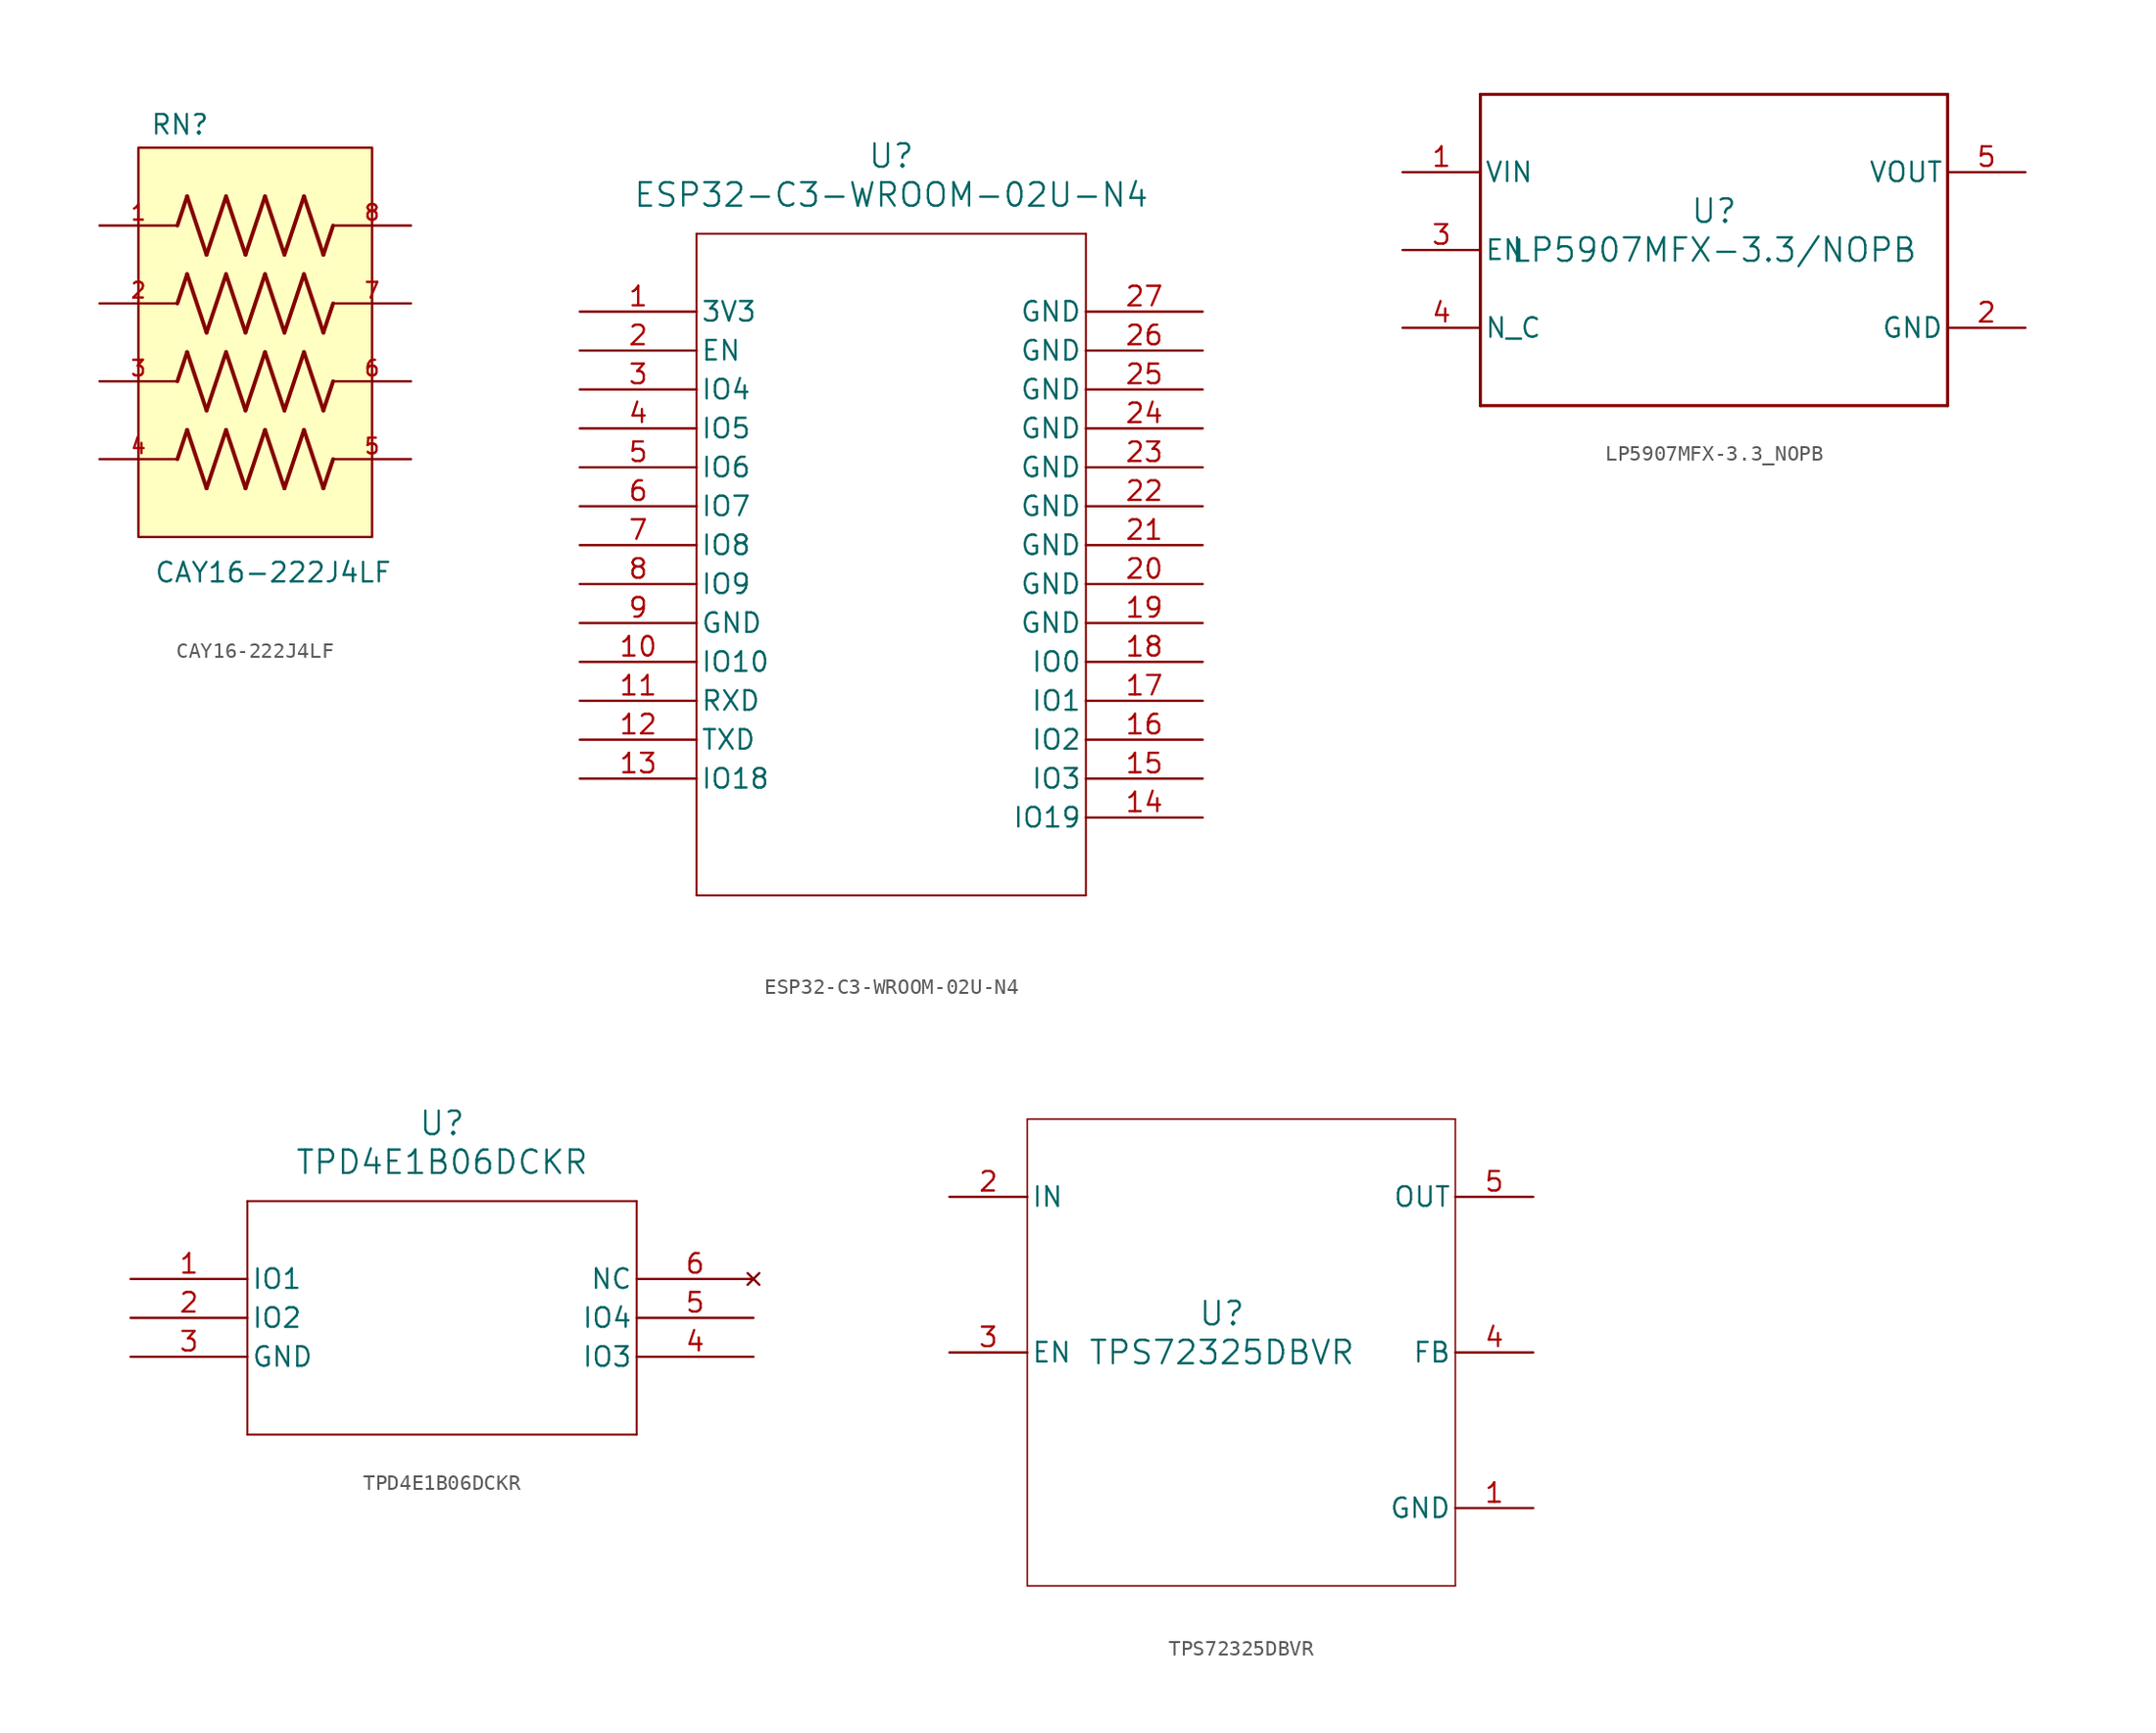
<source format=kicad_sym>
(kicad_symbol_lib
  (version 20231120)
  (generator "kicad_symbol_editor")
  (generator_version "8.0")
  (symbol "CAY16-222J4LF"
    (pin_names
      (offset 1.016))
    (property "Reference" "RN"
      (at -6.862 13.463 0)
      (effects (font (size 1.27 1.27)) (justify left bottom)))
    (property "Value" "CAY16-222J4LF"
      (at -6.614 -15.755 0)
      (effects (font (size 1.27 1.27)) (justify left bottom)))
    (symbol "CAY16-222J4LF_0_0"
      (rectangle (start -7.62 -12.7) (end 7.62 12.7) (stroke (width 0.152) (type default)) (fill (type background)))
      (polyline (pts (xy -5.08 -7.62) (xy -4.445 -5.715)) (stroke (width 0.254) (type default)) (fill (type none)))
      (polyline (pts (xy -5.08 -2.54) (xy -4.445 -0.635)) (stroke (width 0.254) (type default)) (fill (type none)))
      (polyline (pts (xy -5.08 2.54) (xy -4.445 4.445)) (stroke (width 0.254) (type default)) (fill (type none)))
      (polyline (pts (xy -5.08 7.62) (xy -4.445 9.525)) (stroke (width 0.254) (type default)) (fill (type none)))
      (polyline (pts (xy -4.445 -5.715) (xy -3.175 -9.525)) (stroke (width 0.254) (type default)) (fill (type none)))
      (polyline (pts (xy -4.445 -0.635) (xy -3.175 -4.445)) (stroke (width 0.254) (type default)) (fill (type none)))
      (polyline (pts (xy -4.445 4.445) (xy -3.175 0.635)) (stroke (width 0.254) (type default)) (fill (type none)))
      (polyline (pts (xy -4.445 9.525) (xy -3.175 5.715)) (stroke (width 0.254) (type default)) (fill (type none)))
      (polyline (pts (xy -3.175 -9.525) (xy -1.905 -5.715)) (stroke (width 0.254) (type default)) (fill (type none)))
      (polyline (pts (xy -3.175 -4.445) (xy -1.905 -0.635)) (stroke (width 0.254) (type default)) (fill (type none)))
      (polyline (pts (xy -3.175 0.635) (xy -1.905 4.445)) (stroke (width 0.254) (type default)) (fill (type none)))
      (polyline (pts (xy -3.175 5.715) (xy -1.905 9.525)) (stroke (width 0.254) (type default)) (fill (type none)))
      (polyline (pts (xy -1.905 -5.715) (xy -0.635 -9.525)) (stroke (width 0.254) (type default)) (fill (type none)))
      (polyline (pts (xy -1.905 -0.635) (xy -0.635 -4.445)) (stroke (width 0.254) (type default)) (fill (type none)))
      (polyline (pts (xy -1.905 4.445) (xy -0.635 0.635)) (stroke (width 0.254) (type default)) (fill (type none)))
      (polyline (pts (xy -1.905 9.525) (xy -0.635 5.715)) (stroke (width 0.254) (type default)) (fill (type none)))
      (polyline (pts (xy -0.635 -9.525) (xy 0.635 -5.715)) (stroke (width 0.254) (type default)) (fill (type none)))
      (polyline (pts (xy -0.635 -4.445) (xy 0.635 -0.635)) (stroke (width 0.254) (type default)) (fill (type none)))
      (polyline (pts (xy -0.635 0.635) (xy 0.635 4.445)) (stroke (width 0.254) (type default)) (fill (type none)))
      (polyline (pts (xy -0.635 5.715) (xy 0.635 9.525)) (stroke (width 0.254) (type default)) (fill (type none)))
      (polyline (pts (xy 0.635 -5.715) (xy 1.905 -9.525)) (stroke (width 0.254) (type default)) (fill (type none)))
      (polyline (pts (xy 0.635 -0.635) (xy 1.905 -4.445)) (stroke (width 0.254) (type default)) (fill (type none)))
      (polyline (pts (xy 0.635 4.445) (xy 1.905 0.635)) (stroke (width 0.254) (type default)) (fill (type none)))
      (polyline (pts (xy 0.635 9.525) (xy 1.905 5.715)) (stroke (width 0.254) (type default)) (fill (type none)))
      (polyline (pts (xy 1.905 -9.525) (xy 3.175 -5.715)) (stroke (width 0.254) (type default)) (fill (type none)))
      (polyline (pts (xy 1.905 -4.445) (xy 3.175 -0.635)) (stroke (width 0.254) (type default)) (fill (type none)))
      (polyline (pts (xy 1.905 0.635) (xy 3.175 4.445)) (stroke (width 0.254) (type default)) (fill (type none)))
      (polyline (pts (xy 1.905 5.715) (xy 3.175 9.525)) (stroke (width 0.254) (type default)) (fill (type none)))
      (polyline (pts (xy 3.175 -5.715) (xy 4.445 -9.525)) (stroke (width 0.254) (type default)) (fill (type none)))
      (polyline (pts (xy 3.175 -0.635) (xy 4.445 -4.445)) (stroke (width 0.254) (type default)) (fill (type none)))
      (polyline (pts (xy 3.175 4.445) (xy 4.445 0.635)) (stroke (width 0.254) (type default)) (fill (type none)))
      (polyline (pts (xy 3.175 9.525) (xy 4.445 5.715)) (stroke (width 0.254) (type default)) (fill (type none)))
      (polyline (pts (xy 4.445 -9.525) (xy 5.08 -7.62)) (stroke (width 0.254) (type default)) (fill (type none)))
      (polyline (pts (xy 4.445 -4.445) (xy 5.08 -2.54)) (stroke (width 0.254) (type default)) (fill (type none)))
      (polyline (pts (xy 4.445 0.635) (xy 5.08 2.54)) (stroke (width 0.254) (type default)) (fill (type none)))
      (polyline (pts (xy 4.445 5.715) (xy 5.08 7.62)) (stroke (width 0.254) (type default)) (fill (type none)))
      (pin passive line (at -10.16 7.62 0) (length 5.08) (name "~" (effects (font (size 1.016 1.016)))) (number "1" (effects (font (size 1.016 1.016)))))
      (pin passive line (at -10.16 2.54 0) (length 5.08) (name "~" (effects (font (size 1.016 1.016)))) (number "2" (effects (font (size 1.016 1.016)))))
      (pin passive line (at -10.16 -2.54 0) (length 5.08) (name "~" (effects (font (size 1.016 1.016)))) (number "3" (effects (font (size 1.016 1.016)))))
      (pin passive line (at -10.16 -7.62 0) (length 5.08) (name "~" (effects (font (size 1.016 1.016)))) (number "4" (effects (font (size 1.016 1.016)))))
      (pin passive line (at 10.16 -7.62 180) (length 5.08) (name "~" (effects (font (size 1.016 1.016)))) (number "5" (effects (font (size 1.016 1.016)))))
      (pin passive line (at 10.16 -2.54 180) (length 5.08) (name "~" (effects (font (size 1.016 1.016)))) (number "6" (effects (font (size 1.016 1.016)))))
      (pin passive line (at 10.16 2.54 180) (length 5.08) (name "~" (effects (font (size 1.016 1.016)))) (number "7" (effects (font (size 1.016 1.016)))))
      (pin passive line (at 10.16 7.62 180) (length 5.08) (name "~" (effects (font (size 1.016 1.016)))) (number "8" (effects (font (size 1.016 1.016)))))))
  (symbol "ESP32-C3-WROOM-02U-N4"
    (pin_names
      (offset 0.254))
    (property "Reference" "U"
      (at 20.32 10.16 0)
      (effects (font (size 1.524 1.524))))
    (property "Value" "ESP32-C3-WROOM-02U-N4"
      (at 20.32 7.62 0)
      (effects (font (size 1.524 1.524))))
    (property "ki_locked" ""
      (at 0 0 0)
      (effects (font (size 1.27 1.27))))
    (symbol "ESP32-C3-WROOM-02U-N4_0_1"
      (polyline (pts (xy 7.62 -38.1) (xy 33.02 -38.1)) (stroke (width 0.127) (type default)) (fill (type none)))
      (polyline (pts (xy 7.62 5.08) (xy 7.62 -38.1)) (stroke (width 0.127) (type default)) (fill (type none)))
      (polyline (pts (xy 33.02 -38.1) (xy 33.02 5.08)) (stroke (width 0.127) (type default)) (fill (type none)))
      (polyline (pts (xy 33.02 5.08) (xy 7.62 5.08)) (stroke (width 0.127) (type default)) (fill (type none)))
      (pin power_in line (at 0 0 0) (length 7.62) (name "3V3" (effects (font (size 1.27 1.27)))) (number "1" (effects (font (size 1.27 1.27)))))
      (pin bidirectional line (at 0 -22.86 0) (length 7.62) (name "IO10" (effects (font (size 1.27 1.27)))) (number "10" (effects (font (size 1.27 1.27)))))
      (pin bidirectional line (at 0 -25.4 0) (length 7.62) (name "RXD" (effects (font (size 1.27 1.27)))) (number "11" (effects (font (size 1.27 1.27)))))
      (pin bidirectional line (at 0 -27.94 0) (length 7.62) (name "TXD" (effects (font (size 1.27 1.27)))) (number "12" (effects (font (size 1.27 1.27)))))
      (pin bidirectional line (at 0 -30.48 0) (length 7.62) (name "IO18" (effects (font (size 1.27 1.27)))) (number "13" (effects (font (size 1.27 1.27)))))
      (pin bidirectional line (at 40.64 -33.02 180) (length 7.62) (name "IO19" (effects (font (size 1.27 1.27)))) (number "14" (effects (font (size 1.27 1.27)))))
      (pin bidirectional line (at 40.64 -30.48 180) (length 7.62) (name "IO3" (effects (font (size 1.27 1.27)))) (number "15" (effects (font (size 1.27 1.27)))))
      (pin bidirectional line (at 40.64 -27.94 180) (length 7.62) (name "IO2" (effects (font (size 1.27 1.27)))) (number "16" (effects (font (size 1.27 1.27)))))
      (pin bidirectional line (at 40.64 -25.4 180) (length 7.62) (name "IO1" (effects (font (size 1.27 1.27)))) (number "17" (effects (font (size 1.27 1.27)))))
      (pin bidirectional line (at 40.64 -22.86 180) (length 7.62) (name "IO0" (effects (font (size 1.27 1.27)))) (number "18" (effects (font (size 1.27 1.27)))))
      (pin power_out line (at 40.64 -20.32 180) (length 7.62) (name "GND" (effects (font (size 1.27 1.27)))) (number "19" (effects (font (size 1.27 1.27)))))
      (pin input line (at 0 -2.54 0) (length 7.62) (name "EN" (effects (font (size 1.27 1.27)))) (number "2" (effects (font (size 1.27 1.27)))))
      (pin power_out line (at 40.64 -17.78 180) (length 7.62) (name "GND" (effects (font (size 1.27 1.27)))) (number "20" (effects (font (size 1.27 1.27)))))
      (pin power_out line (at 40.64 -15.24 180) (length 7.62) (name "GND" (effects (font (size 1.27 1.27)))) (number "21" (effects (font (size 1.27 1.27)))))
      (pin power_out line (at 40.64 -12.7 180) (length 7.62) (name "GND" (effects (font (size 1.27 1.27)))) (number "22" (effects (font (size 1.27 1.27)))))
      (pin power_out line (at 40.64 -10.16 180) (length 7.62) (name "GND" (effects (font (size 1.27 1.27)))) (number "23" (effects (font (size 1.27 1.27)))))
      (pin power_out line (at 40.64 -7.62 180) (length 7.62) (name "GND" (effects (font (size 1.27 1.27)))) (number "24" (effects (font (size 1.27 1.27)))))
      (pin power_out line (at 40.64 -5.08 180) (length 7.62) (name "GND" (effects (font (size 1.27 1.27)))) (number "25" (effects (font (size 1.27 1.27)))))
      (pin power_out line (at 40.64 -2.54 180) (length 7.62) (name "GND" (effects (font (size 1.27 1.27)))) (number "26" (effects (font (size 1.27 1.27)))))
      (pin power_out line (at 40.64 0 180) (length 7.62) (name "GND" (effects (font (size 1.27 1.27)))) (number "27" (effects (font (size 1.27 1.27)))))
      (pin bidirectional line (at 0 -5.08 0) (length 7.62) (name "IO4" (effects (font (size 1.27 1.27)))) (number "3" (effects (font (size 1.27 1.27)))))
      (pin bidirectional line (at 0 -7.62 0) (length 7.62) (name "IO5" (effects (font (size 1.27 1.27)))) (number "4" (effects (font (size 1.27 1.27)))))
      (pin bidirectional line (at 0 -10.16 0) (length 7.62) (name "IO6" (effects (font (size 1.27 1.27)))) (number "5" (effects (font (size 1.27 1.27)))))
      (pin bidirectional line (at 0 -12.7 0) (length 7.62) (name "IO7" (effects (font (size 1.27 1.27)))) (number "6" (effects (font (size 1.27 1.27)))))
      (pin bidirectional line (at 0 -15.24 0) (length 7.62) (name "IO8" (effects (font (size 1.27 1.27)))) (number "7" (effects (font (size 1.27 1.27)))))
      (pin bidirectional line (at 0 -17.78 0) (length 7.62) (name "IO9" (effects (font (size 1.27 1.27)))) (number "8" (effects (font (size 1.27 1.27)))))
      (pin power_out line (at 0 -20.32 0) (length 7.62) (name "GND" (effects (font (size 1.27 1.27)))) (number "9" (effects (font (size 1.27 1.27)))))))
  (symbol "LP5907MFX-3.3_NOPB"
    (pin_names
      (offset 0.254))
    (property "Reference" "U"
      (at 0 2.54 0)
      (effects (font (size 1.524 1.524))))
    (property "Value" "LP5907MFX-3.3/NOPB"
      (at 0 0 0)
      (effects (font (size 1.524 1.524))))
    (property "ki_locked" ""
      (at 0 0 0)
      (effects (font (size 1.27 1.27))))
    (symbol "LP5907MFX-3.3_NOPB_0_1"
      (polyline (pts (xy -15.24 -10.16) (xy 15.24 -10.16)) (stroke (width 0.203) (type default)) (fill (type none)))
      (polyline (pts (xy -15.24 10.16) (xy -15.24 -10.16)) (stroke (width 0.203) (type default)) (fill (type none)))
      (polyline (pts (xy 15.24 -10.16) (xy 15.24 10.16)) (stroke (width 0.203) (type default)) (fill (type none)))
      (polyline (pts (xy 15.24 10.16) (xy -15.24 10.16)) (stroke (width 0.203) (type default)) (fill (type none)))
      (pin power_in line (at -20.32 5.08 0) (length 5.08) (name "VIN" (effects (font (size 1.27 1.27)))) (number "1" (effects (font (size 1.27 1.27)))))
      (pin power_in line (at 20.32 -5.08 180) (length 5.08) (name "GND" (effects (font (size 1.27 1.27)))) (number "2" (effects (font (size 1.27 1.27)))))
      (pin input line (at -20.32 0 0) (length 5.08) (name "EN" (effects (font (size 1.27 1.27)))) (number "3" (effects (font (size 1.27 1.27)))))
      (pin unspecified line (at -20.32 -5.08 0) (length 5.08) (name "N_C" (effects (font (size 1.27 1.27)))) (number "4" (effects (font (size 1.27 1.27)))))
      (pin power_in line (at 20.32 5.08 180) (length 5.08) (name "VOUT" (effects (font (size 1.27 1.27)))) (number "5" (effects (font (size 1.27 1.27)))))))
  (symbol "TPD4E1B06DCKR"
    (pin_names
      (offset 0.254))
    (property "Reference" "U"
      (at 20.32 10.16 0)
      (effects (font (size 1.524 1.524))))
    (property "Value" "TPD4E1B06DCKR"
      (at 20.32 7.62 0)
      (effects (font (size 1.524 1.524))))
    (property "ki_locked" ""
      (at 0 0 0)
      (effects (font (size 1.27 1.27))))
    (symbol "TPD4E1B06DCKR_0_1"
      (polyline (pts (xy 7.62 -10.16) (xy 33.02 -10.16)) (stroke (width 0.127) (type default)) (fill (type none)))
      (polyline (pts (xy 7.62 5.08) (xy 7.62 -10.16)) (stroke (width 0.127) (type default)) (fill (type none)))
      (polyline (pts (xy 33.02 -10.16) (xy 33.02 5.08)) (stroke (width 0.127) (type default)) (fill (type none)))
      (polyline (pts (xy 33.02 5.08) (xy 7.62 5.08)) (stroke (width 0.127) (type default)) (fill (type none)))
      (pin bidirectional line (at 0 0 0) (length 7.62) (name "IO1" (effects (font (size 1.27 1.27)))) (number "1" (effects (font (size 1.27 1.27)))))
      (pin bidirectional line (at 0 -2.54 0) (length 7.62) (name "IO2" (effects (font (size 1.27 1.27)))) (number "2" (effects (font (size 1.27 1.27)))))
      (pin power_in line (at 0 -5.08 0) (length 7.62) (name "GND" (effects (font (size 1.27 1.27)))) (number "3" (effects (font (size 1.27 1.27)))))
      (pin bidirectional line (at 40.64 -5.08 180) (length 7.62) (name "IO3" (effects (font (size 1.27 1.27)))) (number "4" (effects (font (size 1.27 1.27)))))
      (pin bidirectional line (at 40.64 -2.54 180) (length 7.62) (name "IO4" (effects (font (size 1.27 1.27)))) (number "5" (effects (font (size 1.27 1.27)))))
      (pin no_connect line (at 40.64 0 180) (length 7.62) (name "NC" (effects (font (size 1.27 1.27)))) (number "6" (effects (font (size 1.27 1.27)))))))
  (symbol "TPS72325DBVR"
    (pin_names
      (offset 0.254))
    (property "Reference" "U"
      (at 0 2.54 0)
      (effects (font (size 1.524 1.524))))
    (property "Value" "TPS72325DBVR"
      (at 0 0 0)
      (effects (font (size 1.524 1.524))))
    (property "ki_locked" ""
      (at 0 0 0)
      (effects (font (size 1.27 1.27))))
    (symbol "TPS72325DBVR_0_1"
      (polyline (pts (xy -12.7 -15.24) (xy 15.24 -15.24)) (stroke (width 0.102) (type default)) (fill (type none)))
      (polyline (pts (xy -12.7 15.24) (xy -12.7 -15.24)) (stroke (width 0.102) (type default)) (fill (type none)))
      (polyline (pts (xy 15.24 -15.24) (xy 15.24 15.24)) (stroke (width 0.102) (type default)) (fill (type none)))
      (polyline (pts (xy 15.24 15.24) (xy -12.7 15.24)) (stroke (width 0.102) (type default)) (fill (type none)))
      (pin power_in line (at 20.32 -10.16 180) (length 5.08) (name "GND" (effects (font (size 1.27 1.27)))) (number "1" (effects (font (size 1.27 1.27)))))
      (pin power_in line (at -17.78 10.16 0) (length 5.08) (name "IN" (effects (font (size 1.27 1.27)))) (number "2" (effects (font (size 1.27 1.27)))))
      (pin input line (at -17.78 0 0) (length 5.08) (name "EN" (effects (font (size 1.27 1.27)))) (number "3" (effects (font (size 1.27 1.27)))))
      (pin input line (at 20.32 0 180) (length 5.08) (name "FB" (effects (font (size 1.27 1.27)))) (number "4" (effects (font (size 1.27 1.27)))))
      (pin power_in line (at 20.32 10.16 180) (length 5.08) (name "OUT" (effects (font (size 1.27 1.27)))) (number "5" (effects (font (size 1.27 1.27))))))))
</source>
